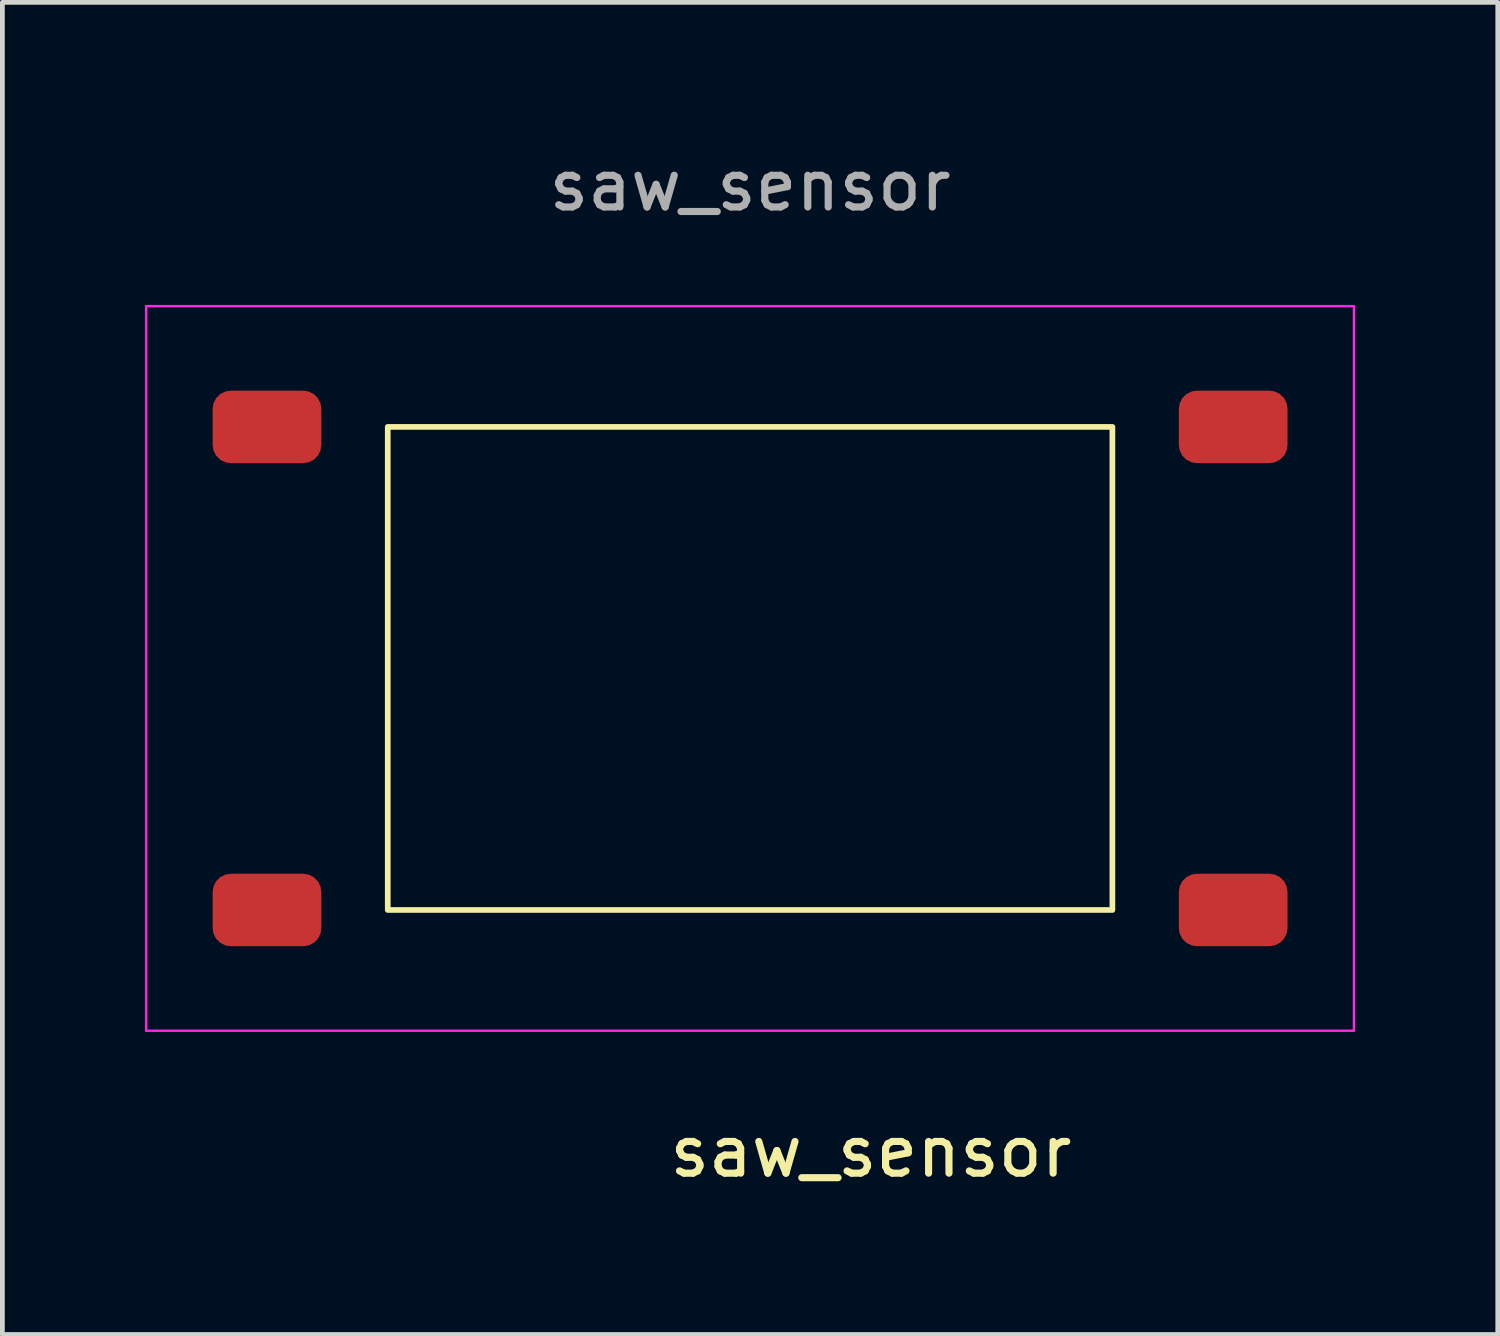
<source format=kicad_pcb>
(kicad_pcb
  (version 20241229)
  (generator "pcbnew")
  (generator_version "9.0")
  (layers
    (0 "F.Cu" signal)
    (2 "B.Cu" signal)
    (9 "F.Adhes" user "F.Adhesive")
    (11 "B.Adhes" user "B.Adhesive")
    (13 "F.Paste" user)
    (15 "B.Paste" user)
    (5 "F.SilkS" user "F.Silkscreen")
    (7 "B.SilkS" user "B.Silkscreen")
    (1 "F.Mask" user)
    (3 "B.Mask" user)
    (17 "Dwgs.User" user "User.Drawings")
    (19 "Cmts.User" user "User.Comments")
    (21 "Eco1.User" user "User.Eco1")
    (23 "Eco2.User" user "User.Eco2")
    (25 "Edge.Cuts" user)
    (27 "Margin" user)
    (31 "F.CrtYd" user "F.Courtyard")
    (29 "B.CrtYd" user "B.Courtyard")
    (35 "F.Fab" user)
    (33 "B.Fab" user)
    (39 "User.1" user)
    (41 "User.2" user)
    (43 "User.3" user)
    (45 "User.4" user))
  (footprint "saw_sensor"
    (layer "F.Cu")
    (at 12.725 11.008)
    (property "Reference" "saw_sensor" (at 2.54 10.16 0) (unlocked yes) (layer "F.SilkS") (effects (font (size 1 1) (thickness 0.15))))
    (attr smd)
    (fp_rect (start -7.62 -5.08) (end 7.62 5.08) (stroke (width 0.12) (type solid)) (fill no) (layer "F.SilkS"))
    (fp_line (start -12.7 -7.62) (end 12.7 -7.62) (stroke (width 0.05) (type solid)) (layer "F.CrtYd"))
    (fp_line (start -12.7 7.62) (end -12.7 -7.62) (stroke (width 0.05) (type solid)) (layer "F.CrtYd"))
    (fp_line (start 12.7 -7.62) (end 12.7 7.62) (stroke (width 0.05) (type solid)) (layer "F.CrtYd"))
    (fp_line (start 12.7 7.62) (end -12.7 7.62) (stroke (width 0.05) (type solid)) (layer "F.CrtYd"))
    (fp_text user "${REFERENCE}" (at 0 -10.16 0) (unlocked yes) (layer "F.Fab") (effects (font (size 1 1) (thickness 0.15))))
    (pad "1" smd roundrect (at -10.16 -5.08) (size 2.286 1.524) (layers "F.Cu" "F.Mask" "F.Paste") (roundrect_rratio 0.25))
    (pad "2" smd roundrect (at -10.16 5.08) (size 2.286 1.524) (layers "F.Cu" "F.Mask" "F.Paste") (roundrect_rratio 0.25))
    (pad "3" smd roundrect (at 10.16 -5.08) (size 2.286 1.524) (layers "F.Cu" "F.Mask" "F.Paste") (roundrect_rratio 0.25))
    (pad "4" smd roundrect (at 10.16 5.08) (size 2.286 1.524) (layers "F.Cu" "F.Mask" "F.Paste") (roundrect_rratio 0.25)))
  (gr_rect
    (start -3 -3)
    (end 28.45 25.017)
    (stroke (width 0.1) (type default))
    (fill no)
    (layer "Edge.Cuts")))
</source>
